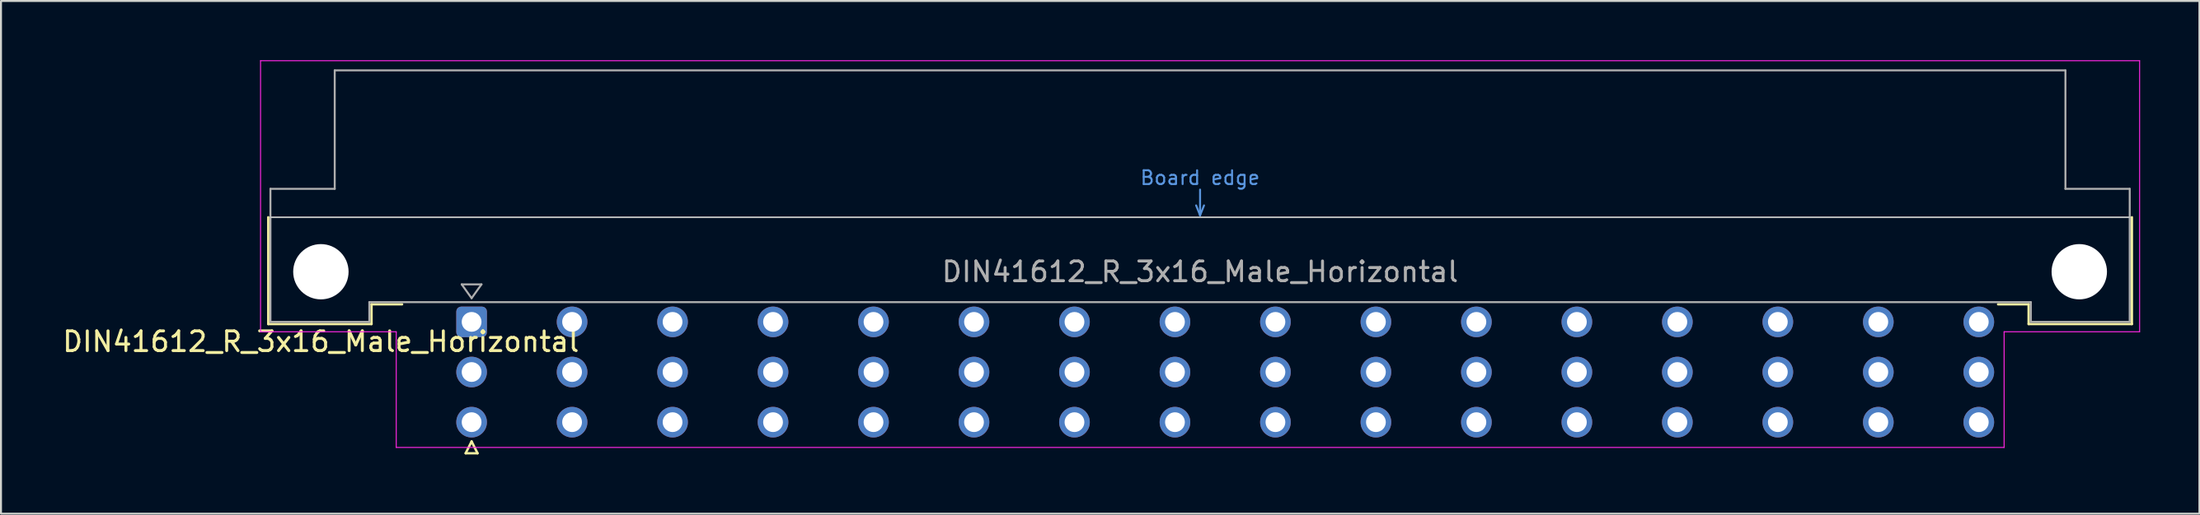
<source format=kicad_pcb>
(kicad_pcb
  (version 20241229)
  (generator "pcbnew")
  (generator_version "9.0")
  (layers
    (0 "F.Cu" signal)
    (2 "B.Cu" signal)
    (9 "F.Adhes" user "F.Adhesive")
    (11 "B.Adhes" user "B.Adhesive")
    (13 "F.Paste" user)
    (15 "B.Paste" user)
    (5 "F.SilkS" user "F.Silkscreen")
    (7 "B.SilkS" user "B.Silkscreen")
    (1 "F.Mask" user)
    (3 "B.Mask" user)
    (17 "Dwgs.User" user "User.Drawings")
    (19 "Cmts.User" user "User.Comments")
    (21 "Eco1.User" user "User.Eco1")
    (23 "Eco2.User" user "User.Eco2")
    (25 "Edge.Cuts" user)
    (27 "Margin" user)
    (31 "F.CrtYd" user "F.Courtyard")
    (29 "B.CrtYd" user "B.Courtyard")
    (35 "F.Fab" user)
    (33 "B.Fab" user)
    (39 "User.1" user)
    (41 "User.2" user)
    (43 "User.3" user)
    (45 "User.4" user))
  (footprint "DIN41612_R_3x16_Male_Horizontal"
    (layer "F.Cu")
    (at 18.253 13.255)
    (property "Reference" "DIN41612_R_3x16_Male_Horizontal" (at -5.08 1 0) (layer "F.SilkS") (effects (font (size 1 1) (thickness 0.15))))
    (attr through_hole)
    (fp_line (start -7.74 -5.3) (end -7.74 0.11) (stroke (width 0.12) (type solid)) (layer "F.SilkS"))
    (fp_line (start -7.74 0.11) (end -2.52 0.11) (stroke (width 0.12) (type solid)) (layer "F.SilkS"))
    (fp_line (start -2.52 -0.89) (end -0.975 -0.89) (stroke (width 0.12) (type solid)) (layer "F.SilkS"))
    (fp_line (start -2.52 0.11) (end -2.52 -0.89) (stroke (width 0.12) (type solid)) (layer "F.SilkS"))
    (fp_line (start 2.24 6.655) (end 2.84 6.655) (stroke (width 0.12) (type solid)) (layer "F.SilkS"))
    (fp_line (start 2.54 6.055) (end 2.24 6.655) (stroke (width 0.12) (type solid)) (layer "F.SilkS"))
    (fp_line (start 2.84 6.655) (end 2.54 6.055) (stroke (width 0.12) (type solid)) (layer "F.SilkS"))
    (fp_line (start 81.26 -0.89) (end 79.715 -0.89) (stroke (width 0.12) (type solid)) (layer "F.SilkS"))
    (fp_line (start 81.26 0.11) (end 81.26 -0.89) (stroke (width 0.12) (type solid)) (layer "F.SilkS"))
    (fp_line (start 86.48 -5.3) (end 86.48 0.11) (stroke (width 0.12) (type solid)) (layer "F.SilkS"))
    (fp_line (start 86.48 0.11) (end 81.26 0.11) (stroke (width 0.12) (type solid)) (layer "F.SilkS"))
    (fp_line (start -7.63 -5.3) (end 86.37 -5.3) (stroke (width 0.08) (type solid)) (layer "Dwgs.User"))
    (fp_line (start 39.17 -5.9) (end 39.37 -5.4) (stroke (width 0.1) (type solid)) (layer "Cmts.User"))
    (fp_line (start 39.37 -5.4) (end 39.37 -6.7) (stroke (width 0.1) (type solid)) (layer "Cmts.User"))
    (fp_line (start 39.37 -5.4) (end 39.57 -5.9) (stroke (width 0.1) (type solid)) (layer "Cmts.User"))
    (fp_line (start -8.13 -13.23) (end -8.13 0.5) (stroke (width 0.05) (type solid)) (layer "F.CrtYd"))
    (fp_line (start -8.13 0.5) (end -1.27 0.5) (stroke (width 0.05) (type solid)) (layer "F.CrtYd"))
    (fp_line (start -1.27 0.5) (end -1.27 6.36) (stroke (width 0.05) (type solid)) (layer "F.CrtYd"))
    (fp_line (start -1.27 6.36) (end 80.02 6.36) (stroke (width 0.05) (type solid)) (layer "F.CrtYd"))
    (fp_line (start 80.02 0.5) (end 86.87 0.5) (stroke (width 0.05) (type solid)) (layer "F.CrtYd"))
    (fp_line (start 80.02 6.36) (end 80.02 0.5) (stroke (width 0.05) (type solid)) (layer "F.CrtYd"))
    (fp_line (start 86.87 -13.23) (end -8.13 -13.23) (stroke (width 0.05) (type solid)) (layer "F.CrtYd"))
    (fp_line (start 86.87 0.5) (end 86.87 -13.23) (stroke (width 0.05) (type solid)) (layer "F.CrtYd"))
    (fp_line (start -7.63 -6.74) (end -7.63 0) (stroke (width 0.1) (type solid)) (layer "F.Fab"))
    (fp_line (start -7.63 0) (end -2.63 0) (stroke (width 0.1) (type solid)) (layer "F.Fab"))
    (fp_line (start -4.38 -12.74) (end -4.38 -6.74) (stroke (width 0.1) (type solid)) (layer "F.Fab"))
    (fp_line (start -4.38 -6.74) (end -7.63 -6.74) (stroke (width 0.1) (type solid)) (layer "F.Fab"))
    (fp_line (start -2.63 -1) (end 81.37 -1) (stroke (width 0.1) (type solid)) (layer "F.Fab"))
    (fp_line (start -2.63 0) (end -2.63 -1) (stroke (width 0.1) (type solid)) (layer "F.Fab"))
    (fp_line (start 2.04 -1.9) (end 3.04 -1.9) (stroke (width 0.1) (type solid)) (layer "F.Fab"))
    (fp_line (start 2.54 -1.2) (end 2.04 -1.9) (stroke (width 0.1) (type solid)) (layer "F.Fab"))
    (fp_line (start 3.04 -1.9) (end 2.54 -1.2) (stroke (width 0.1) (type solid)) (layer "F.Fab"))
    (fp_line (start 81.37 -1) (end 81.37 0) (stroke (width 0.1) (type solid)) (layer "F.Fab"))
    (fp_line (start 81.37 0) (end 86.37 0) (stroke (width 0.1) (type solid)) (layer "F.Fab"))
    (fp_line (start 83.12 -12.74) (end -4.38 -12.74) (stroke (width 0.1) (type solid)) (layer "F.Fab"))
    (fp_line (start 83.12 -6.74) (end 83.12 -12.74) (stroke (width 0.1) (type solid)) (layer "F.Fab"))
    (fp_line (start 86.37 -6.74) (end 83.12 -6.74) (stroke (width 0.1) (type solid)) (layer "F.Fab"))
    (fp_line (start 86.37 0) (end 86.37 -6.74) (stroke (width 0.1) (type solid)) (layer "F.Fab"))
    (fp_text user "Board edge" (at 39.37 -7.3 0) (layer "Cmts.User") (effects (font (size 0.7 0.7) (thickness 0.1))))
    (fp_text user "${REFERENCE}" (at 39.37 -2.54 0) (layer "F.Fab") (effects (font (size 1 1) (thickness 0.15))))
    (pad "" np_thru_hole circle (at -5.08 -2.54) (size 2.8 2.8) (drill 2.8) (layers "*.Cu" "*.Mask"))
    (pad "" np_thru_hole circle (at 83.82 -2.54) (size 2.8 2.8) (drill 2.8) (layers "*.Cu" "*.Mask"))
    (pad "a2" thru_hole roundrect (at 2.54 0) (size 1.55 1.55) (drill 1) (layers "*.Cu" "*.Mask") (roundrect_rratio 0.161))
    (pad "a4" thru_hole circle (at 7.62 0) (size 1.55 1.55) (drill 1) (layers "*.Cu" "*.Mask"))
    (pad "a6" thru_hole circle (at 12.7 0) (size 1.55 1.55) (drill 1) (layers "*.Cu" "*.Mask"))
    (pad "a8" thru_hole circle (at 17.78 0) (size 1.55 1.55) (drill 1) (layers "*.Cu" "*.Mask"))
    (pad "a10" thru_hole circle (at 22.86 0) (size 1.55 1.55) (drill 1) (layers "*.Cu" "*.Mask"))
    (pad "a12" thru_hole circle (at 27.94 0) (size 1.55 1.55) (drill 1) (layers "*.Cu" "*.Mask"))
    (pad "a14" thru_hole circle (at 33.02 0) (size 1.55 1.55) (drill 1) (layers "*.Cu" "*.Mask"))
    (pad "a16" thru_hole circle (at 38.1 0) (size 1.55 1.55) (drill 1) (layers "*.Cu" "*.Mask"))
    (pad "a18" thru_hole circle (at 43.18 0) (size 1.55 1.55) (drill 1) (layers "*.Cu" "*.Mask"))
    (pad "a20" thru_hole circle (at 48.26 0) (size 1.55 1.55) (drill 1) (layers "*.Cu" "*.Mask"))
    (pad "a22" thru_hole circle (at 53.34 0) (size 1.55 1.55) (drill 1) (layers "*.Cu" "*.Mask"))
    (pad "a24" thru_hole circle (at 58.42 0) (size 1.55 1.55) (drill 1) (layers "*.Cu" "*.Mask"))
    (pad "a26" thru_hole circle (at 63.5 0) (size 1.55 1.55) (drill 1) (layers "*.Cu" "*.Mask"))
    (pad "a28" thru_hole circle (at 68.58 0) (size 1.55 1.55) (drill 1) (layers "*.Cu" "*.Mask"))
    (pad "a30" thru_hole circle (at 73.66 0) (size 1.55 1.55) (drill 1) (layers "*.Cu" "*.Mask"))
    (pad "a32" thru_hole circle (at 78.74 0) (size 1.55 1.55) (drill 1) (layers "*.Cu" "*.Mask"))
    (pad "b2" thru_hole circle (at 2.54 2.54) (size 1.55 1.55) (drill 1) (layers "*.Cu" "*.Mask"))
    (pad "b4" thru_hole circle (at 7.62 2.54) (size 1.55 1.55) (drill 1) (layers "*.Cu" "*.Mask"))
    (pad "b6" thru_hole circle (at 12.7 2.54) (size 1.55 1.55) (drill 1) (layers "*.Cu" "*.Mask"))
    (pad "b8" thru_hole circle (at 17.78 2.54) (size 1.55 1.55) (drill 1) (layers "*.Cu" "*.Mask"))
    (pad "b10" thru_hole circle (at 22.86 2.54) (size 1.55 1.55) (drill 1) (layers "*.Cu" "*.Mask"))
    (pad "b12" thru_hole circle (at 27.94 2.54) (size 1.55 1.55) (drill 1) (layers "*.Cu" "*.Mask"))
    (pad "b14" thru_hole circle (at 33.02 2.54) (size 1.55 1.55) (drill 1) (layers "*.Cu" "*.Mask"))
    (pad "b16" thru_hole circle (at 38.1 2.54) (size 1.55 1.55) (drill 1) (layers "*.Cu" "*.Mask"))
    (pad "b18" thru_hole circle (at 43.18 2.54) (size 1.55 1.55) (drill 1) (layers "*.Cu" "*.Mask"))
    (pad "b20" thru_hole circle (at 48.26 2.54) (size 1.55 1.55) (drill 1) (layers "*.Cu" "*.Mask"))
    (pad "b22" thru_hole circle (at 53.34 2.54) (size 1.55 1.55) (drill 1) (layers "*.Cu" "*.Mask"))
    (pad "b24" thru_hole circle (at 58.42 2.54) (size 1.55 1.55) (drill 1) (layers "*.Cu" "*.Mask"))
    (pad "b26" thru_hole circle (at 63.5 2.54) (size 1.55 1.55) (drill 1) (layers "*.Cu" "*.Mask"))
    (pad "b28" thru_hole circle (at 68.58 2.54) (size 1.55 1.55) (drill 1) (layers "*.Cu" "*.Mask"))
    (pad "b30" thru_hole circle (at 73.66 2.54) (size 1.55 1.55) (drill 1) (layers "*.Cu" "*.Mask"))
    (pad "b32" thru_hole circle (at 78.74 2.54) (size 1.55 1.55) (drill 1) (layers "*.Cu" "*.Mask"))
    (pad "c2" thru_hole circle (at 2.54 5.08) (size 1.55 1.55) (drill 1) (layers "*.Cu" "*.Mask"))
    (pad "c4" thru_hole circle (at 7.62 5.08) (size 1.55 1.55) (drill 1) (layers "*.Cu" "*.Mask"))
    (pad "c6" thru_hole circle (at 12.7 5.08) (size 1.55 1.55) (drill 1) (layers "*.Cu" "*.Mask"))
    (pad "c8" thru_hole circle (at 17.78 5.08) (size 1.55 1.55) (drill 1) (layers "*.Cu" "*.Mask"))
    (pad "c10" thru_hole circle (at 22.86 5.08) (size 1.55 1.55) (drill 1) (layers "*.Cu" "*.Mask"))
    (pad "c12" thru_hole circle (at 27.94 5.08) (size 1.55 1.55) (drill 1) (layers "*.Cu" "*.Mask"))
    (pad "c14" thru_hole circle (at 33.02 5.08) (size 1.55 1.55) (drill 1) (layers "*.Cu" "*.Mask"))
    (pad "c16" thru_hole circle (at 38.1 5.08) (size 1.55 1.55) (drill 1) (layers "*.Cu" "*.Mask"))
    (pad "c18" thru_hole circle (at 43.18 5.08) (size 1.55 1.55) (drill 1) (layers "*.Cu" "*.Mask"))
    (pad "c20" thru_hole circle (at 48.26 5.08) (size 1.55 1.55) (drill 1) (layers "*.Cu" "*.Mask"))
    (pad "c22" thru_hole circle (at 53.34 5.08) (size 1.55 1.55) (drill 1) (layers "*.Cu" "*.Mask"))
    (pad "c24" thru_hole circle (at 58.42 5.08) (size 1.55 1.55) (drill 1) (layers "*.Cu" "*.Mask"))
    (pad "c26" thru_hole circle (at 63.5 5.08) (size 1.55 1.55) (drill 1) (layers "*.Cu" "*.Mask"))
    (pad "c28" thru_hole circle (at 68.58 5.08) (size 1.55 1.55) (drill 1) (layers "*.Cu" "*.Mask"))
    (pad "c30" thru_hole circle (at 73.66 5.08) (size 1.55 1.55) (drill 1) (layers "*.Cu" "*.Mask"))
    (pad "c32" thru_hole circle (at 78.74 5.08) (size 1.55 1.55) (drill 1) (layers "*.Cu" "*.Mask")))
  (gr_rect
    (start -3 -3)
    (end 108.148 22.97)
    (stroke (width 0.1) (type default))
    (fill no)
    (layer "Edge.Cuts")))
</source>
